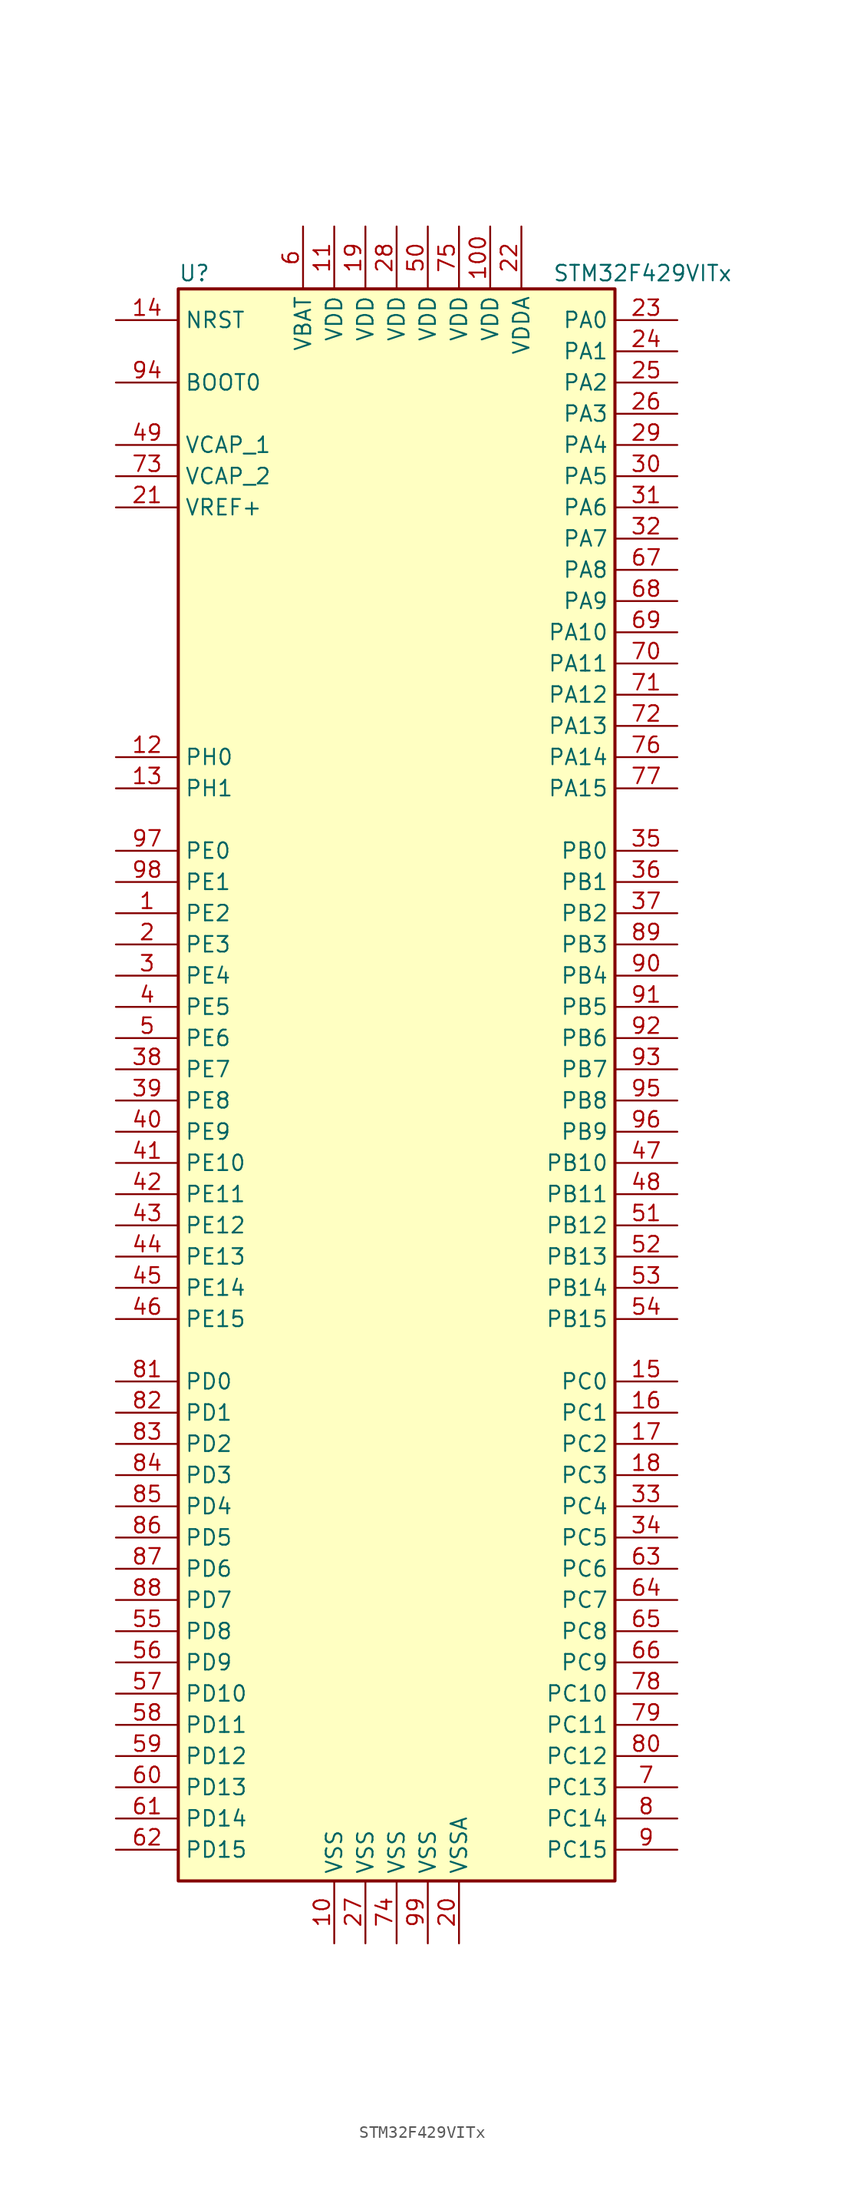
<source format=kicad_sym>
(kicad_symbol_lib
  (version 20201005)
  (generator kicad_symbol_editor)
  (symbol "STM32F429VITx"
    (property "Reference" "U"
      (at -17.78 64.77 0)
      (effects (font (size 1.27 1.27)) (justify left)))
    (property "Value" "STM32F429VITx"
      (at 12.7 64.77 0)
      (effects (font (size 1.27 1.27)) (justify left)))
    (symbol "STM32F429VITx_0_1"
      (rectangle (start -17.78 -66.04) (end 17.78 63.5) (stroke (width 0.254)) (fill (type background))))
    (symbol "STM32F429VITx_1_1"
      (pin input line (at -22.86 55.88 0) (length 5.08) (name "BOOT0" (effects (font (size 1.27 1.27)))) (number "94" (effects (font (size 1.27 1.27)))))
      (pin input line (at -22.86 60.96 0) (length 5.08) (name "NRST" (effects (font (size 1.27 1.27)))) (number "14" (effects (font (size 1.27 1.27)))))
      (pin bidirectional line (at 22.86 60.96 180) (length 5.08) (name "PA0" (effects (font (size 1.27 1.27)))) (number "23" (effects (font (size 1.27 1.27)))))
      (pin bidirectional line (at 22.86 58.42 180) (length 5.08) (name "PA1" (effects (font (size 1.27 1.27)))) (number "24" (effects (font (size 1.27 1.27)))))
      (pin bidirectional line (at 22.86 35.56 180) (length 5.08) (name "PA10" (effects (font (size 1.27 1.27)))) (number "69" (effects (font (size 1.27 1.27)))))
      (pin bidirectional line (at 22.86 33.02 180) (length 5.08) (name "PA11" (effects (font (size 1.27 1.27)))) (number "70" (effects (font (size 1.27 1.27)))))
      (pin bidirectional line (at 22.86 30.48 180) (length 5.08) (name "PA12" (effects (font (size 1.27 1.27)))) (number "71" (effects (font (size 1.27 1.27)))))
      (pin bidirectional line (at 22.86 27.94 180) (length 5.08) (name "PA13" (effects (font (size 1.27 1.27)))) (number "72" (effects (font (size 1.27 1.27)))))
      (pin bidirectional line (at 22.86 25.4 180) (length 5.08) (name "PA14" (effects (font (size 1.27 1.27)))) (number "76" (effects (font (size 1.27 1.27)))))
      (pin bidirectional line (at 22.86 22.86 180) (length 5.08) (name "PA15" (effects (font (size 1.27 1.27)))) (number "77" (effects (font (size 1.27 1.27)))))
      (pin bidirectional line (at 22.86 55.88 180) (length 5.08) (name "PA2" (effects (font (size 1.27 1.27)))) (number "25" (effects (font (size 1.27 1.27)))))
      (pin bidirectional line (at 22.86 53.34 180) (length 5.08) (name "PA3" (effects (font (size 1.27 1.27)))) (number "26" (effects (font (size 1.27 1.27)))))
      (pin bidirectional line (at 22.86 50.8 180) (length 5.08) (name "PA4" (effects (font (size 1.27 1.27)))) (number "29" (effects (font (size 1.27 1.27)))))
      (pin bidirectional line (at 22.86 48.26 180) (length 5.08) (name "PA5" (effects (font (size 1.27 1.27)))) (number "30" (effects (font (size 1.27 1.27)))))
      (pin bidirectional line (at 22.86 45.72 180) (length 5.08) (name "PA6" (effects (font (size 1.27 1.27)))) (number "31" (effects (font (size 1.27 1.27)))))
      (pin bidirectional line (at 22.86 43.18 180) (length 5.08) (name "PA7" (effects (font (size 1.27 1.27)))) (number "32" (effects (font (size 1.27 1.27)))))
      (pin bidirectional line (at 22.86 40.64 180) (length 5.08) (name "PA8" (effects (font (size 1.27 1.27)))) (number "67" (effects (font (size 1.27 1.27)))))
      (pin bidirectional line (at 22.86 38.1 180) (length 5.08) (name "PA9" (effects (font (size 1.27 1.27)))) (number "68" (effects (font (size 1.27 1.27)))))
      (pin bidirectional line (at 22.86 17.78 180) (length 5.08) (name "PB0" (effects (font (size 1.27 1.27)))) (number "35" (effects (font (size 1.27 1.27)))))
      (pin bidirectional line (at 22.86 15.24 180) (length 5.08) (name "PB1" (effects (font (size 1.27 1.27)))) (number "36" (effects (font (size 1.27 1.27)))))
      (pin bidirectional line (at 22.86 -7.62 180) (length 5.08) (name "PB10" (effects (font (size 1.27 1.27)))) (number "47" (effects (font (size 1.27 1.27)))))
      (pin bidirectional line (at 22.86 -10.16 180) (length 5.08) (name "PB11" (effects (font (size 1.27 1.27)))) (number "48" (effects (font (size 1.27 1.27)))))
      (pin bidirectional line (at 22.86 -12.7 180) (length 5.08) (name "PB12" (effects (font (size 1.27 1.27)))) (number "51" (effects (font (size 1.27 1.27)))))
      (pin bidirectional line (at 22.86 -15.24 180) (length 5.08) (name "PB13" (effects (font (size 1.27 1.27)))) (number "52" (effects (font (size 1.27 1.27)))))
      (pin bidirectional line (at 22.86 -17.78 180) (length 5.08) (name "PB14" (effects (font (size 1.27 1.27)))) (number "53" (effects (font (size 1.27 1.27)))))
      (pin bidirectional line (at 22.86 -20.32 180) (length 5.08) (name "PB15" (effects (font (size 1.27 1.27)))) (number "54" (effects (font (size 1.27 1.27)))))
      (pin bidirectional line (at 22.86 12.7 180) (length 5.08) (name "PB2" (effects (font (size 1.27 1.27)))) (number "37" (effects (font (size 1.27 1.27)))))
      (pin bidirectional line (at 22.86 10.16 180) (length 5.08) (name "PB3" (effects (font (size 1.27 1.27)))) (number "89" (effects (font (size 1.27 1.27)))))
      (pin bidirectional line (at 22.86 7.62 180) (length 5.08) (name "PB4" (effects (font (size 1.27 1.27)))) (number "90" (effects (font (size 1.27 1.27)))))
      (pin bidirectional line (at 22.86 5.08 180) (length 5.08) (name "PB5" (effects (font (size 1.27 1.27)))) (number "91" (effects (font (size 1.27 1.27)))))
      (pin bidirectional line (at 22.86 2.54 180) (length 5.08) (name "PB6" (effects (font (size 1.27 1.27)))) (number "92" (effects (font (size 1.27 1.27)))))
      (pin bidirectional line (at 22.86 0 180) (length 5.08) (name "PB7" (effects (font (size 1.27 1.27)))) (number "93" (effects (font (size 1.27 1.27)))))
      (pin bidirectional line (at 22.86 -2.54 180) (length 5.08) (name "PB8" (effects (font (size 1.27 1.27)))) (number "95" (effects (font (size 1.27 1.27)))))
      (pin bidirectional line (at 22.86 -5.08 180) (length 5.08) (name "PB9" (effects (font (size 1.27 1.27)))) (number "96" (effects (font (size 1.27 1.27)))))
      (pin bidirectional line (at 22.86 -25.4 180) (length 5.08) (name "PC0" (effects (font (size 1.27 1.27)))) (number "15" (effects (font (size 1.27 1.27)))))
      (pin bidirectional line (at 22.86 -27.94 180) (length 5.08) (name "PC1" (effects (font (size 1.27 1.27)))) (number "16" (effects (font (size 1.27 1.27)))))
      (pin bidirectional line (at 22.86 -50.8 180) (length 5.08) (name "PC10" (effects (font (size 1.27 1.27)))) (number "78" (effects (font (size 1.27 1.27)))))
      (pin bidirectional line (at 22.86 -53.34 180) (length 5.08) (name "PC11" (effects (font (size 1.27 1.27)))) (number "79" (effects (font (size 1.27 1.27)))))
      (pin bidirectional line (at 22.86 -55.88 180) (length 5.08) (name "PC12" (effects (font (size 1.27 1.27)))) (number "80" (effects (font (size 1.27 1.27)))))
      (pin bidirectional line (at 22.86 -58.42 180) (length 5.08) (name "PC13" (effects (font (size 1.27 1.27)))) (number "7" (effects (font (size 1.27 1.27)))))
      (pin bidirectional line (at 22.86 -60.96 180) (length 5.08) (name "PC14" (effects (font (size 1.27 1.27)))) (number "8" (effects (font (size 1.27 1.27)))))
      (pin bidirectional line (at 22.86 -63.5 180) (length 5.08) (name "PC15" (effects (font (size 1.27 1.27)))) (number "9" (effects (font (size 1.27 1.27)))))
      (pin bidirectional line (at 22.86 -30.48 180) (length 5.08) (name "PC2" (effects (font (size 1.27 1.27)))) (number "17" (effects (font (size 1.27 1.27)))))
      (pin bidirectional line (at 22.86 -33.02 180) (length 5.08) (name "PC3" (effects (font (size 1.27 1.27)))) (number "18" (effects (font (size 1.27 1.27)))))
      (pin bidirectional line (at 22.86 -35.56 180) (length 5.08) (name "PC4" (effects (font (size 1.27 1.27)))) (number "33" (effects (font (size 1.27 1.27)))))
      (pin bidirectional line (at 22.86 -38.1 180) (length 5.08) (name "PC5" (effects (font (size 1.27 1.27)))) (number "34" (effects (font (size 1.27 1.27)))))
      (pin bidirectional line (at 22.86 -40.64 180) (length 5.08) (name "PC6" (effects (font (size 1.27 1.27)))) (number "63" (effects (font (size 1.27 1.27)))))
      (pin bidirectional line (at 22.86 -43.18 180) (length 5.08) (name "PC7" (effects (font (size 1.27 1.27)))) (number "64" (effects (font (size 1.27 1.27)))))
      (pin bidirectional line (at 22.86 -45.72 180) (length 5.08) (name "PC8" (effects (font (size 1.27 1.27)))) (number "65" (effects (font (size 1.27 1.27)))))
      (pin bidirectional line (at 22.86 -48.26 180) (length 5.08) (name "PC9" (effects (font (size 1.27 1.27)))) (number "66" (effects (font (size 1.27 1.27)))))
      (pin bidirectional line (at -22.86 -25.4 0) (length 5.08) (name "PD0" (effects (font (size 1.27 1.27)))) (number "81" (effects (font (size 1.27 1.27)))))
      (pin bidirectional line (at -22.86 -27.94 0) (length 5.08) (name "PD1" (effects (font (size 1.27 1.27)))) (number "82" (effects (font (size 1.27 1.27)))))
      (pin bidirectional line (at -22.86 -50.8 0) (length 5.08) (name "PD10" (effects (font (size 1.27 1.27)))) (number "57" (effects (font (size 1.27 1.27)))))
      (pin bidirectional line (at -22.86 -53.34 0) (length 5.08) (name "PD11" (effects (font (size 1.27 1.27)))) (number "58" (effects (font (size 1.27 1.27)))))
      (pin bidirectional line (at -22.86 -55.88 0) (length 5.08) (name "PD12" (effects (font (size 1.27 1.27)))) (number "59" (effects (font (size 1.27 1.27)))))
      (pin bidirectional line (at -22.86 -58.42 0) (length 5.08) (name "PD13" (effects (font (size 1.27 1.27)))) (number "60" (effects (font (size 1.27 1.27)))))
      (pin bidirectional line (at -22.86 -60.96 0) (length 5.08) (name "PD14" (effects (font (size 1.27 1.27)))) (number "61" (effects (font (size 1.27 1.27)))))
      (pin bidirectional line (at -22.86 -63.5 0) (length 5.08) (name "PD15" (effects (font (size 1.27 1.27)))) (number "62" (effects (font (size 1.27 1.27)))))
      (pin bidirectional line (at -22.86 -30.48 0) (length 5.08) (name "PD2" (effects (font (size 1.27 1.27)))) (number "83" (effects (font (size 1.27 1.27)))))
      (pin bidirectional line (at -22.86 -33.02 0) (length 5.08) (name "PD3" (effects (font (size 1.27 1.27)))) (number "84" (effects (font (size 1.27 1.27)))))
      (pin bidirectional line (at -22.86 -35.56 0) (length 5.08) (name "PD4" (effects (font (size 1.27 1.27)))) (number "85" (effects (font (size 1.27 1.27)))))
      (pin bidirectional line (at -22.86 -38.1 0) (length 5.08) (name "PD5" (effects (font (size 1.27 1.27)))) (number "86" (effects (font (size 1.27 1.27)))))
      (pin bidirectional line (at -22.86 -40.64 0) (length 5.08) (name "PD6" (effects (font (size 1.27 1.27)))) (number "87" (effects (font (size 1.27 1.27)))))
      (pin bidirectional line (at -22.86 -43.18 0) (length 5.08) (name "PD7" (effects (font (size 1.27 1.27)))) (number "88" (effects (font (size 1.27 1.27)))))
      (pin bidirectional line (at -22.86 -45.72 0) (length 5.08) (name "PD8" (effects (font (size 1.27 1.27)))) (number "55" (effects (font (size 1.27 1.27)))))
      (pin bidirectional line (at -22.86 -48.26 0) (length 5.08) (name "PD9" (effects (font (size 1.27 1.27)))) (number "56" (effects (font (size 1.27 1.27)))))
      (pin bidirectional line (at -22.86 17.78 0) (length 5.08) (name "PE0" (effects (font (size 1.27 1.27)))) (number "97" (effects (font (size 1.27 1.27)))))
      (pin bidirectional line (at -22.86 15.24 0) (length 5.08) (name "PE1" (effects (font (size 1.27 1.27)))) (number "98" (effects (font (size 1.27 1.27)))))
      (pin bidirectional line (at -22.86 -7.62 0) (length 5.08) (name "PE10" (effects (font (size 1.27 1.27)))) (number "41" (effects (font (size 1.27 1.27)))))
      (pin bidirectional line (at -22.86 -10.16 0) (length 5.08) (name "PE11" (effects (font (size 1.27 1.27)))) (number "42" (effects (font (size 1.27 1.27)))))
      (pin bidirectional line (at -22.86 -12.7 0) (length 5.08) (name "PE12" (effects (font (size 1.27 1.27)))) (number "43" (effects (font (size 1.27 1.27)))))
      (pin bidirectional line (at -22.86 -15.24 0) (length 5.08) (name "PE13" (effects (font (size 1.27 1.27)))) (number "44" (effects (font (size 1.27 1.27)))))
      (pin bidirectional line (at -22.86 -17.78 0) (length 5.08) (name "PE14" (effects (font (size 1.27 1.27)))) (number "45" (effects (font (size 1.27 1.27)))))
      (pin bidirectional line (at -22.86 -20.32 0) (length 5.08) (name "PE15" (effects (font (size 1.27 1.27)))) (number "46" (effects (font (size 1.27 1.27)))))
      (pin bidirectional line (at -22.86 12.7 0) (length 5.08) (name "PE2" (effects (font (size 1.27 1.27)))) (number "1" (effects (font (size 1.27 1.27)))))
      (pin bidirectional line (at -22.86 10.16 0) (length 5.08) (name "PE3" (effects (font (size 1.27 1.27)))) (number "2" (effects (font (size 1.27 1.27)))))
      (pin bidirectional line (at -22.86 7.62 0) (length 5.08) (name "PE4" (effects (font (size 1.27 1.27)))) (number "3" (effects (font (size 1.27 1.27)))))
      (pin bidirectional line (at -22.86 5.08 0) (length 5.08) (name "PE5" (effects (font (size 1.27 1.27)))) (number "4" (effects (font (size 1.27 1.27)))))
      (pin bidirectional line (at -22.86 2.54 0) (length 5.08) (name "PE6" (effects (font (size 1.27 1.27)))) (number "5" (effects (font (size 1.27 1.27)))))
      (pin bidirectional line (at -22.86 0 0) (length 5.08) (name "PE7" (effects (font (size 1.27 1.27)))) (number "38" (effects (font (size 1.27 1.27)))))
      (pin bidirectional line (at -22.86 -2.54 0) (length 5.08) (name "PE8" (effects (font (size 1.27 1.27)))) (number "39" (effects (font (size 1.27 1.27)))))
      (pin bidirectional line (at -22.86 -5.08 0) (length 5.08) (name "PE9" (effects (font (size 1.27 1.27)))) (number "40" (effects (font (size 1.27 1.27)))))
      (pin input line (at -22.86 25.4 0) (length 5.08) (name "PH0" (effects (font (size 1.27 1.27)))) (number "12" (effects (font (size 1.27 1.27)))))
      (pin input line (at -22.86 22.86 0) (length 5.08) (name "PH1" (effects (font (size 1.27 1.27)))) (number "13" (effects (font (size 1.27 1.27)))))
      (pin power_in line (at -7.62 68.58 270) (length 5.08) (name "VBAT" (effects (font (size 1.27 1.27)))) (number "6" (effects (font (size 1.27 1.27)))))
      (pin power_in line (at -22.86 50.8 0) (length 5.08) (name "VCAP_1" (effects (font (size 1.27 1.27)))) (number "49" (effects (font (size 1.27 1.27)))))
      (pin power_in line (at -22.86 48.26 0) (length 5.08) (name "VCAP_2" (effects (font (size 1.27 1.27)))) (number "73" (effects (font (size 1.27 1.27)))))
      (pin power_in line (at 7.62 68.58 270) (length 5.08) (name "VDD" (effects (font (size 1.27 1.27)))) (number "100" (effects (font (size 1.27 1.27)))))
      (pin power_in line (at -5.08 68.58 270) (length 5.08) (name "VDD" (effects (font (size 1.27 1.27)))) (number "11" (effects (font (size 1.27 1.27)))))
      (pin power_in line (at -2.54 68.58 270) (length 5.08) (name "VDD" (effects (font (size 1.27 1.27)))) (number "19" (effects (font (size 1.27 1.27)))))
      (pin power_in line (at 0 68.58 270) (length 5.08) (name "VDD" (effects (font (size 1.27 1.27)))) (number "28" (effects (font (size 1.27 1.27)))))
      (pin power_in line (at 2.54 68.58 270) (length 5.08) (name "VDD" (effects (font (size 1.27 1.27)))) (number "50" (effects (font (size 1.27 1.27)))))
      (pin power_in line (at 5.08 68.58 270) (length 5.08) (name "VDD" (effects (font (size 1.27 1.27)))) (number "75" (effects (font (size 1.27 1.27)))))
      (pin power_in line (at 10.16 68.58 270) (length 5.08) (name "VDDA" (effects (font (size 1.27 1.27)))) (number "22" (effects (font (size 1.27 1.27)))))
      (pin power_in line (at -22.86 45.72 0) (length 5.08) (name "VREF+" (effects (font (size 1.27 1.27)))) (number "21" (effects (font (size 1.27 1.27)))))
      (pin power_in line (at -5.08 -71.12 90) (length 5.08) (name "VSS" (effects (font (size 1.27 1.27)))) (number "10" (effects (font (size 1.27 1.27)))))
      (pin power_in line (at -2.54 -71.12 90) (length 5.08) (name "VSS" (effects (font (size 1.27 1.27)))) (number "27" (effects (font (size 1.27 1.27)))))
      (pin power_in line (at 0 -71.12 90) (length 5.08) (name "VSS" (effects (font (size 1.27 1.27)))) (number "74" (effects (font (size 1.27 1.27)))))
      (pin power_in line (at 2.54 -71.12 90) (length 5.08) (name "VSS" (effects (font (size 1.27 1.27)))) (number "99" (effects (font (size 1.27 1.27)))))
      (pin power_in line (at 5.08 -71.12 90) (length 5.08) (name "VSSA" (effects (font (size 1.27 1.27)))) (number "20" (effects (font (size 1.27 1.27))))))))
</source>
